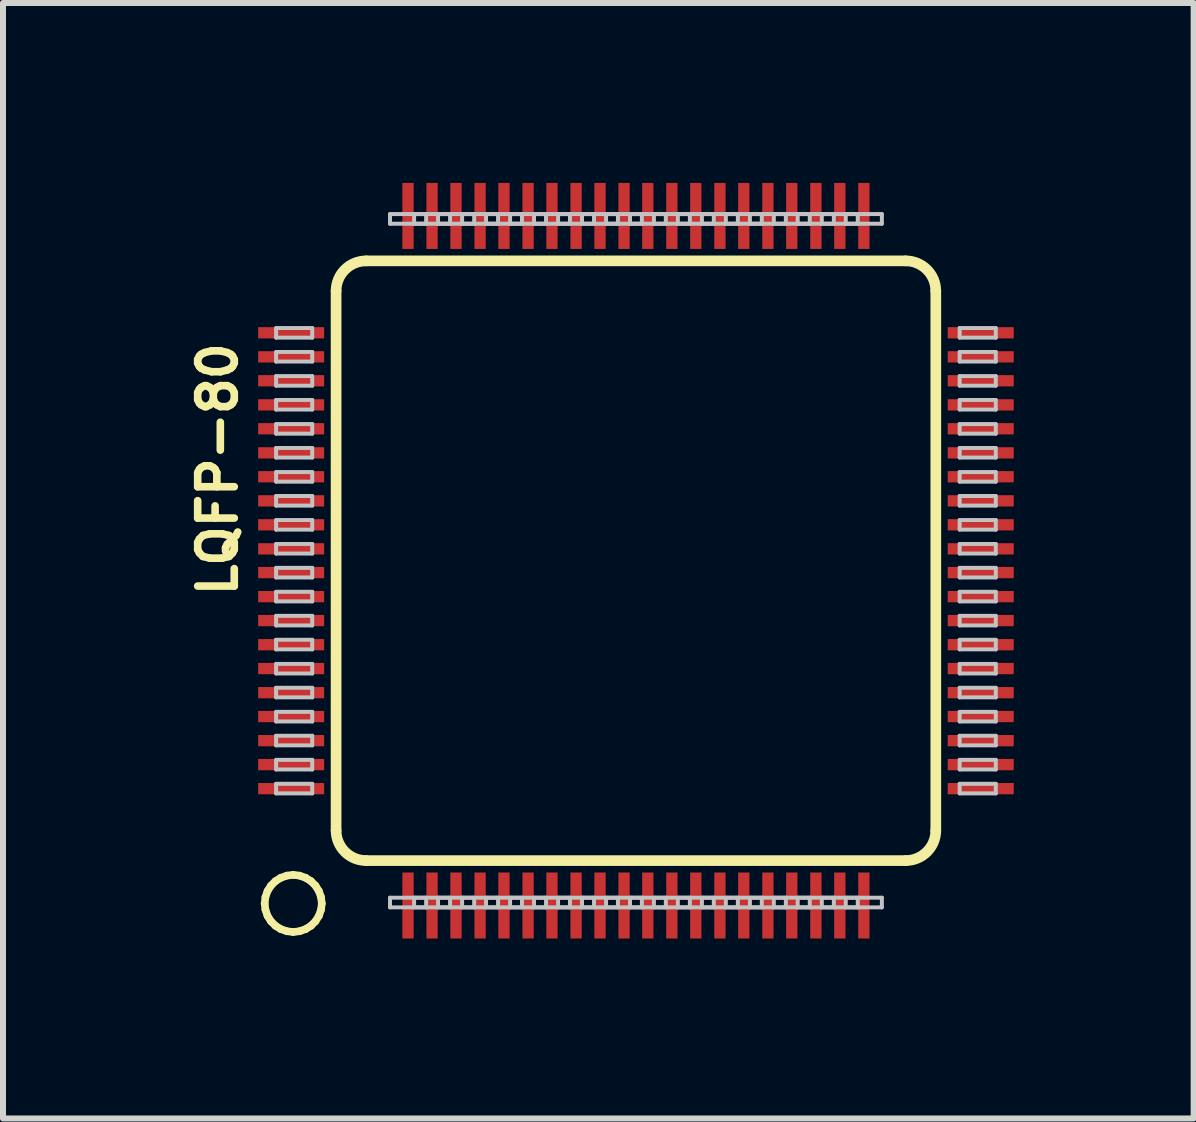
<source format=kicad_pcb>
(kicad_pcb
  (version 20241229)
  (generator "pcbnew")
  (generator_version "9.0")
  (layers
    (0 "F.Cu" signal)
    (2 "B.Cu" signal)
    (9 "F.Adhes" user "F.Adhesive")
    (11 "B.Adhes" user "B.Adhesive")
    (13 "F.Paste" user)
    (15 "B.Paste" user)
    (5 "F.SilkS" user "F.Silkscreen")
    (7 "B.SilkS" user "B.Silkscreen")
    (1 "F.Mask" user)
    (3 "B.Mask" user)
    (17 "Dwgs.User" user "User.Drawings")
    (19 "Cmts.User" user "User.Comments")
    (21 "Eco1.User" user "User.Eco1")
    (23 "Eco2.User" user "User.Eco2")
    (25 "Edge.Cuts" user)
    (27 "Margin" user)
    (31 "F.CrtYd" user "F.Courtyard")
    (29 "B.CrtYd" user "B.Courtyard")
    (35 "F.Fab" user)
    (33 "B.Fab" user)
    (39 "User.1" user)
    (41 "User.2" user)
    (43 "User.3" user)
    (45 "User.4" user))
  (footprint "LQFP-80"
    (layer "F.Cu")
    (at 7.552 6.298)
    (property "Reference" "LQFP-80" (at -6.972 -1.524 90) (layer "F.SilkS") (effects (font (size 0.61 0.61) (thickness 0.127))))
    (attr smd)
    (fp_line (start -6.19 5.715) (end -6.177 5.608) (stroke (width 0.127) (type solid)) (layer "F.SilkS"))
    (fp_line (start -6.177 5.608) (end -6.142 5.507) (stroke (width 0.127) (type solid)) (layer "F.SilkS"))
    (fp_line (start -6.177 5.819) (end -6.19 5.715) (stroke (width 0.127) (type solid)) (layer "F.SilkS"))
    (fp_line (start -6.142 5.507) (end -6.086 5.418) (stroke (width 0.127) (type solid)) (layer "F.SilkS"))
    (fp_line (start -6.142 5.921) (end -6.177 5.819) (stroke (width 0.127) (type solid)) (layer "F.SilkS"))
    (fp_line (start -6.086 5.418) (end -6.01 5.342) (stroke (width 0.127) (type solid)) (layer "F.SilkS"))
    (fp_line (start -6.086 6.01) (end -6.142 5.921) (stroke (width 0.127) (type solid)) (layer "F.SilkS"))
    (fp_line (start -6.01 5.342) (end -5.921 5.286) (stroke (width 0.127) (type solid)) (layer "F.SilkS"))
    (fp_line (start -6.01 6.086) (end -6.086 6.01) (stroke (width 0.127) (type solid)) (layer "F.SilkS"))
    (fp_line (start -5.921 5.286) (end -5.819 5.25) (stroke (width 0.127) (type solid)) (layer "F.SilkS"))
    (fp_line (start -5.921 6.142) (end -6.01 6.086) (stroke (width 0.127) (type solid)) (layer "F.SilkS"))
    (fp_line (start -5.819 5.25) (end -5.715 5.237) (stroke (width 0.127) (type solid)) (layer "F.SilkS"))
    (fp_line (start -5.819 6.177) (end -5.921 6.142) (stroke (width 0.127) (type solid)) (layer "F.SilkS"))
    (fp_line (start -5.715 5.237) (end -5.608 5.25) (stroke (width 0.127) (type solid)) (layer "F.SilkS"))
    (fp_line (start -5.715 6.19) (end -5.819 6.177) (stroke (width 0.127) (type solid)) (layer "F.SilkS"))
    (fp_line (start -5.608 5.25) (end -5.507 5.286) (stroke (width 0.127) (type solid)) (layer "F.SilkS"))
    (fp_line (start -5.608 6.177) (end -5.715 6.19) (stroke (width 0.127) (type solid)) (layer "F.SilkS"))
    (fp_line (start -5.507 5.286) (end -5.418 5.342) (stroke (width 0.127) (type solid)) (layer "F.SilkS"))
    (fp_line (start -5.507 6.142) (end -5.608 6.177) (stroke (width 0.127) (type solid)) (layer "F.SilkS"))
    (fp_line (start -5.418 5.342) (end -5.342 5.418) (stroke (width 0.127) (type solid)) (layer "F.SilkS"))
    (fp_line (start -5.418 6.086) (end -5.507 6.142) (stroke (width 0.127) (type solid)) (layer "F.SilkS"))
    (fp_line (start -5.342 5.418) (end -5.286 5.507) (stroke (width 0.127) (type solid)) (layer "F.SilkS"))
    (fp_line (start -5.342 6.01) (end -5.418 6.086) (stroke (width 0.127) (type solid)) (layer "F.SilkS"))
    (fp_line (start -5.286 5.507) (end -5.25 5.608) (stroke (width 0.127) (type solid)) (layer "F.SilkS"))
    (fp_line (start -5.286 5.921) (end -5.342 6.01) (stroke (width 0.127) (type solid)) (layer "F.SilkS"))
    (fp_line (start -5.25 5.608) (end -5.237 5.715) (stroke (width 0.127) (type solid)) (layer "F.SilkS"))
    (fp_line (start -5.25 5.819) (end -5.286 5.921) (stroke (width 0.127) (type solid)) (layer "F.SilkS"))
    (fp_line (start -5.237 5.715) (end -5.25 5.819) (stroke (width 0.127) (type solid)) (layer "F.SilkS"))
    (fp_line (start -4.999 -4.498) (end -4.999 4.498) (stroke (width 0.178) (type solid)) (layer "F.SilkS"))
    (fp_line (start -4.498 4.999) (end 4.498 4.999) (stroke (width 0.178) (type solid)) (layer "F.SilkS"))
    (fp_line (start 4.498 -4.999) (end -4.498 -4.999) (stroke (width 0.178) (type solid)) (layer "F.SilkS"))
    (fp_line (start 4.999 4.498) (end 4.999 -4.498) (stroke (width 0.178) (type solid)) (layer "F.SilkS"))
    (fp_arc (start -4.99872 -4.49834) (mid -4.852162 -4.852162) (end -4.49834 -4.99872) (stroke (width 0.1778) (type solid)) (layer "F.SilkS"))
    (fp_arc (start -4.49834 4.99872) (mid -4.852162 4.852162) (end -4.99872 4.49834) (stroke (width 0.1778) (type solid)) (layer "F.SilkS"))
    (fp_arc (start 4.49834 -4.99872) (mid 4.852162 -4.852162) (end 4.99872 -4.49834) (stroke (width 0.1778) (type solid)) (layer "F.SilkS"))
    (fp_arc (start 4.99872 4.49834) (mid 4.852162 4.852162) (end 4.49834 4.99872) (stroke (width 0.1778) (type solid)) (layer "F.SilkS"))
    (fp_line (start -5.999 -3.879) (end -5.397 -3.879) (stroke (width 0.066) (type solid)) (layer "Dwgs.User"))
    (fp_line (start -5.999 -3.719) (end -5.999 -3.879) (stroke (width 0.066) (type solid)) (layer "Dwgs.User"))
    (fp_line (start -5.999 -3.719) (end -5.397 -3.719) (stroke (width 0.066) (type solid)) (layer "Dwgs.User"))
    (fp_line (start -5.999 -3.48) (end -5.397 -3.48) (stroke (width 0.066) (type solid)) (layer "Dwgs.User"))
    (fp_line (start -5.999 -3.32) (end -5.999 -3.48) (stroke (width 0.066) (type solid)) (layer "Dwgs.User"))
    (fp_line (start -5.999 -3.32) (end -5.397 -3.32) (stroke (width 0.066) (type solid)) (layer "Dwgs.User"))
    (fp_line (start -5.999 -3.078) (end -5.397 -3.078) (stroke (width 0.066) (type solid)) (layer "Dwgs.User"))
    (fp_line (start -5.999 -2.918) (end -5.999 -3.078) (stroke (width 0.066) (type solid)) (layer "Dwgs.User"))
    (fp_line (start -5.999 -2.918) (end -5.397 -2.918) (stroke (width 0.066) (type solid)) (layer "Dwgs.User"))
    (fp_line (start -5.999 -2.68) (end -5.397 -2.68) (stroke (width 0.066) (type solid)) (layer "Dwgs.User"))
    (fp_line (start -5.999 -2.52) (end -5.999 -2.68) (stroke (width 0.066) (type solid)) (layer "Dwgs.User"))
    (fp_line (start -5.999 -2.52) (end -5.397 -2.52) (stroke (width 0.066) (type solid)) (layer "Dwgs.User"))
    (fp_line (start -5.999 -2.278) (end -5.397 -2.278) (stroke (width 0.066) (type solid)) (layer "Dwgs.User"))
    (fp_line (start -5.999 -2.118) (end -5.999 -2.278) (stroke (width 0.066) (type solid)) (layer "Dwgs.User"))
    (fp_line (start -5.999 -2.118) (end -5.397 -2.118) (stroke (width 0.066) (type solid)) (layer "Dwgs.User"))
    (fp_line (start -5.999 -1.88) (end -5.397 -1.88) (stroke (width 0.066) (type solid)) (layer "Dwgs.User"))
    (fp_line (start -5.999 -1.72) (end -5.999 -1.88) (stroke (width 0.066) (type solid)) (layer "Dwgs.User"))
    (fp_line (start -5.999 -1.72) (end -5.397 -1.72) (stroke (width 0.066) (type solid)) (layer "Dwgs.User"))
    (fp_line (start -5.999 -1.478) (end -5.397 -1.478) (stroke (width 0.066) (type solid)) (layer "Dwgs.User"))
    (fp_line (start -5.999 -1.318) (end -5.999 -1.478) (stroke (width 0.066) (type solid)) (layer "Dwgs.User"))
    (fp_line (start -5.999 -1.318) (end -5.397 -1.318) (stroke (width 0.066) (type solid)) (layer "Dwgs.User"))
    (fp_line (start -5.999 -1.079) (end -5.397 -1.079) (stroke (width 0.066) (type solid)) (layer "Dwgs.User"))
    (fp_line (start -5.999 -0.919) (end -5.999 -1.079) (stroke (width 0.066) (type solid)) (layer "Dwgs.User"))
    (fp_line (start -5.999 -0.919) (end -5.397 -0.919) (stroke (width 0.066) (type solid)) (layer "Dwgs.User"))
    (fp_line (start -5.999 -0.678) (end -5.397 -0.678) (stroke (width 0.066) (type solid)) (layer "Dwgs.User"))
    (fp_line (start -5.999 -0.518) (end -5.999 -0.678) (stroke (width 0.066) (type solid)) (layer "Dwgs.User"))
    (fp_line (start -5.999 -0.518) (end -5.397 -0.518) (stroke (width 0.066) (type solid)) (layer "Dwgs.User"))
    (fp_line (start -5.999 -0.279) (end -5.397 -0.279) (stroke (width 0.066) (type solid)) (layer "Dwgs.User"))
    (fp_line (start -5.999 -0.119) (end -5.999 -0.279) (stroke (width 0.066) (type solid)) (layer "Dwgs.User"))
    (fp_line (start -5.999 -0.119) (end -5.397 -0.119) (stroke (width 0.066) (type solid)) (layer "Dwgs.User"))
    (fp_line (start -5.999 0.119) (end -5.397 0.119) (stroke (width 0.066) (type solid)) (layer "Dwgs.User"))
    (fp_line (start -5.999 0.279) (end -5.999 0.119) (stroke (width 0.066) (type solid)) (layer "Dwgs.User"))
    (fp_line (start -5.999 0.279) (end -5.397 0.279) (stroke (width 0.066) (type solid)) (layer "Dwgs.User"))
    (fp_line (start -5.999 0.518) (end -5.397 0.518) (stroke (width 0.066) (type solid)) (layer "Dwgs.User"))
    (fp_line (start -5.999 0.678) (end -5.999 0.518) (stroke (width 0.066) (type solid)) (layer "Dwgs.User"))
    (fp_line (start -5.999 0.678) (end -5.397 0.678) (stroke (width 0.066) (type solid)) (layer "Dwgs.User"))
    (fp_line (start -5.999 0.919) (end -5.397 0.919) (stroke (width 0.066) (type solid)) (layer "Dwgs.User"))
    (fp_line (start -5.999 1.079) (end -5.999 0.919) (stroke (width 0.066) (type solid)) (layer "Dwgs.User"))
    (fp_line (start -5.999 1.079) (end -5.397 1.079) (stroke (width 0.066) (type solid)) (layer "Dwgs.User"))
    (fp_line (start -5.999 1.318) (end -5.397 1.318) (stroke (width 0.066) (type solid)) (layer "Dwgs.User"))
    (fp_line (start -5.999 1.478) (end -5.999 1.318) (stroke (width 0.066) (type solid)) (layer "Dwgs.User"))
    (fp_line (start -5.999 1.478) (end -5.397 1.478) (stroke (width 0.066) (type solid)) (layer "Dwgs.User"))
    (fp_line (start -5.999 1.72) (end -5.397 1.72) (stroke (width 0.066) (type solid)) (layer "Dwgs.User"))
    (fp_line (start -5.999 1.88) (end -5.999 1.72) (stroke (width 0.066) (type solid)) (layer "Dwgs.User"))
    (fp_line (start -5.999 1.88) (end -5.397 1.88) (stroke (width 0.066) (type solid)) (layer "Dwgs.User"))
    (fp_line (start -5.999 2.118) (end -5.397 2.118) (stroke (width 0.066) (type solid)) (layer "Dwgs.User"))
    (fp_line (start -5.999 2.278) (end -5.999 2.118) (stroke (width 0.066) (type solid)) (layer "Dwgs.User"))
    (fp_line (start -5.999 2.278) (end -5.397 2.278) (stroke (width 0.066) (type solid)) (layer "Dwgs.User"))
    (fp_line (start -5.999 2.52) (end -5.397 2.52) (stroke (width 0.066) (type solid)) (layer "Dwgs.User"))
    (fp_line (start -5.999 2.68) (end -5.999 2.52) (stroke (width 0.066) (type solid)) (layer "Dwgs.User"))
    (fp_line (start -5.999 2.68) (end -5.397 2.68) (stroke (width 0.066) (type solid)) (layer "Dwgs.User"))
    (fp_line (start -5.999 2.918) (end -5.397 2.918) (stroke (width 0.066) (type solid)) (layer "Dwgs.User"))
    (fp_line (start -5.999 3.078) (end -5.999 2.918) (stroke (width 0.066) (type solid)) (layer "Dwgs.User"))
    (fp_line (start -5.999 3.078) (end -5.397 3.078) (stroke (width 0.066) (type solid)) (layer "Dwgs.User"))
    (fp_line (start -5.999 3.32) (end -5.397 3.32) (stroke (width 0.066) (type solid)) (layer "Dwgs.User"))
    (fp_line (start -5.999 3.48) (end -5.999 3.32) (stroke (width 0.066) (type solid)) (layer "Dwgs.User"))
    (fp_line (start -5.999 3.48) (end -5.397 3.48) (stroke (width 0.066) (type solid)) (layer "Dwgs.User"))
    (fp_line (start -5.999 3.719) (end -5.397 3.719) (stroke (width 0.066) (type solid)) (layer "Dwgs.User"))
    (fp_line (start -5.999 3.879) (end -5.999 3.719) (stroke (width 0.066) (type solid)) (layer "Dwgs.User"))
    (fp_line (start -5.999 3.879) (end -5.397 3.879) (stroke (width 0.066) (type solid)) (layer "Dwgs.User"))
    (fp_line (start -5.397 -3.719) (end -5.397 -3.879) (stroke (width 0.066) (type solid)) (layer "Dwgs.User"))
    (fp_line (start -5.397 -3.32) (end -5.397 -3.48) (stroke (width 0.066) (type solid)) (layer "Dwgs.User"))
    (fp_line (start -5.397 -2.918) (end -5.397 -3.078) (stroke (width 0.066) (type solid)) (layer "Dwgs.User"))
    (fp_line (start -5.397 -2.52) (end -5.397 -2.68) (stroke (width 0.066) (type solid)) (layer "Dwgs.User"))
    (fp_line (start -5.397 -2.118) (end -5.397 -2.278) (stroke (width 0.066) (type solid)) (layer "Dwgs.User"))
    (fp_line (start -5.397 -1.72) (end -5.397 -1.88) (stroke (width 0.066) (type solid)) (layer "Dwgs.User"))
    (fp_line (start -5.397 -1.318) (end -5.397 -1.478) (stroke (width 0.066) (type solid)) (layer "Dwgs.User"))
    (fp_line (start -5.397 -0.919) (end -5.397 -1.079) (stroke (width 0.066) (type solid)) (layer "Dwgs.User"))
    (fp_line (start -5.397 -0.518) (end -5.397 -0.678) (stroke (width 0.066) (type solid)) (layer "Dwgs.User"))
    (fp_line (start -5.397 -0.119) (end -5.397 -0.279) (stroke (width 0.066) (type solid)) (layer "Dwgs.User"))
    (fp_line (start -5.397 0.279) (end -5.397 0.119) (stroke (width 0.066) (type solid)) (layer "Dwgs.User"))
    (fp_line (start -5.397 0.678) (end -5.397 0.518) (stroke (width 0.066) (type solid)) (layer "Dwgs.User"))
    (fp_line (start -5.397 1.079) (end -5.397 0.919) (stroke (width 0.066) (type solid)) (layer "Dwgs.User"))
    (fp_line (start -5.397 1.478) (end -5.397 1.318) (stroke (width 0.066) (type solid)) (layer "Dwgs.User"))
    (fp_line (start -5.397 1.88) (end -5.397 1.72) (stroke (width 0.066) (type solid)) (layer "Dwgs.User"))
    (fp_line (start -5.397 2.278) (end -5.397 2.118) (stroke (width 0.066) (type solid)) (layer "Dwgs.User"))
    (fp_line (start -5.397 2.68) (end -5.397 2.52) (stroke (width 0.066) (type solid)) (layer "Dwgs.User"))
    (fp_line (start -5.397 3.078) (end -5.397 2.918) (stroke (width 0.066) (type solid)) (layer "Dwgs.User"))
    (fp_line (start -5.397 3.48) (end -5.397 3.32) (stroke (width 0.066) (type solid)) (layer "Dwgs.User"))
    (fp_line (start -5.397 3.879) (end -5.397 3.719) (stroke (width 0.066) (type solid)) (layer "Dwgs.User"))
    (fp_line (start -4.1 -5.779) (end -3.498 -5.779) (stroke (width 0.066) (type solid)) (layer "Dwgs.User"))
    (fp_line (start -4.1 -5.618) (end -4.1 -5.779) (stroke (width 0.066) (type solid)) (layer "Dwgs.User"))
    (fp_line (start -4.1 -5.618) (end -3.498 -5.618) (stroke (width 0.066) (type solid)) (layer "Dwgs.User"))
    (fp_line (start -4.1 5.618) (end -3.498 5.618) (stroke (width 0.066) (type solid)) (layer "Dwgs.User"))
    (fp_line (start -4.1 5.779) (end -4.1 5.618) (stroke (width 0.066) (type solid)) (layer "Dwgs.User"))
    (fp_line (start -4.1 5.779) (end -3.498 5.779) (stroke (width 0.066) (type solid)) (layer "Dwgs.User"))
    (fp_line (start -3.698 -5.779) (end -3.099 -5.779) (stroke (width 0.066) (type solid)) (layer "Dwgs.User"))
    (fp_line (start -3.698 -5.618) (end -3.698 -5.779) (stroke (width 0.066) (type solid)) (layer "Dwgs.User"))
    (fp_line (start -3.698 -5.618) (end -3.099 -5.618) (stroke (width 0.066) (type solid)) (layer "Dwgs.User"))
    (fp_line (start -3.698 5.618) (end -3.099 5.618) (stroke (width 0.066) (type solid)) (layer "Dwgs.User"))
    (fp_line (start -3.698 5.779) (end -3.698 5.618) (stroke (width 0.066) (type solid)) (layer "Dwgs.User"))
    (fp_line (start -3.698 5.779) (end -3.099 5.779) (stroke (width 0.066) (type solid)) (layer "Dwgs.User"))
    (fp_line (start -3.498 -5.618) (end -3.498 -5.779) (stroke (width 0.066) (type solid)) (layer "Dwgs.User"))
    (fp_line (start -3.498 5.779) (end -3.498 5.618) (stroke (width 0.066) (type solid)) (layer "Dwgs.User"))
    (fp_line (start -3.299 -5.779) (end -2.697 -5.779) (stroke (width 0.066) (type solid)) (layer "Dwgs.User"))
    (fp_line (start -3.299 -5.618) (end -3.299 -5.779) (stroke (width 0.066) (type solid)) (layer "Dwgs.User"))
    (fp_line (start -3.299 -5.618) (end -2.697 -5.618) (stroke (width 0.066) (type solid)) (layer "Dwgs.User"))
    (fp_line (start -3.299 5.618) (end -2.697 5.618) (stroke (width 0.066) (type solid)) (layer "Dwgs.User"))
    (fp_line (start -3.299 5.779) (end -3.299 5.618) (stroke (width 0.066) (type solid)) (layer "Dwgs.User"))
    (fp_line (start -3.299 5.779) (end -2.697 5.779) (stroke (width 0.066) (type solid)) (layer "Dwgs.User"))
    (fp_line (start -3.099 -5.618) (end -3.099 -5.779) (stroke (width 0.066) (type solid)) (layer "Dwgs.User"))
    (fp_line (start -3.099 5.779) (end -3.099 5.618) (stroke (width 0.066) (type solid)) (layer "Dwgs.User"))
    (fp_line (start -2.898 -5.779) (end -2.299 -5.779) (stroke (width 0.066) (type solid)) (layer "Dwgs.User"))
    (fp_line (start -2.898 -5.618) (end -2.898 -5.779) (stroke (width 0.066) (type solid)) (layer "Dwgs.User"))
    (fp_line (start -2.898 -5.618) (end -2.299 -5.618) (stroke (width 0.066) (type solid)) (layer "Dwgs.User"))
    (fp_line (start -2.898 5.618) (end -2.299 5.618) (stroke (width 0.066) (type solid)) (layer "Dwgs.User"))
    (fp_line (start -2.898 5.779) (end -2.898 5.618) (stroke (width 0.066) (type solid)) (layer "Dwgs.User"))
    (fp_line (start -2.898 5.779) (end -2.299 5.779) (stroke (width 0.066) (type solid)) (layer "Dwgs.User"))
    (fp_line (start -2.697 -5.618) (end -2.697 -5.779) (stroke (width 0.066) (type solid)) (layer "Dwgs.User"))
    (fp_line (start -2.697 5.779) (end -2.697 5.618) (stroke (width 0.066) (type solid)) (layer "Dwgs.User"))
    (fp_line (start -2.499 -5.779) (end -1.9 -5.779) (stroke (width 0.066) (type solid)) (layer "Dwgs.User"))
    (fp_line (start -2.499 -5.618) (end -2.499 -5.779) (stroke (width 0.066) (type solid)) (layer "Dwgs.User"))
    (fp_line (start -2.499 -5.618) (end -1.9 -5.618) (stroke (width 0.066) (type solid)) (layer "Dwgs.User"))
    (fp_line (start -2.499 5.618) (end -1.9 5.618) (stroke (width 0.066) (type solid)) (layer "Dwgs.User"))
    (fp_line (start -2.499 5.779) (end -2.499 5.618) (stroke (width 0.066) (type solid)) (layer "Dwgs.User"))
    (fp_line (start -2.499 5.779) (end -1.9 5.779) (stroke (width 0.066) (type solid)) (layer "Dwgs.User"))
    (fp_line (start -2.299 -5.618) (end -2.299 -5.779) (stroke (width 0.066) (type solid)) (layer "Dwgs.User"))
    (fp_line (start -2.299 5.779) (end -2.299 5.618) (stroke (width 0.066) (type solid)) (layer "Dwgs.User"))
    (fp_line (start -2.098 -5.779) (end -1.499 -5.779) (stroke (width 0.066) (type solid)) (layer "Dwgs.User"))
    (fp_line (start -2.098 -5.618) (end -2.098 -5.779) (stroke (width 0.066) (type solid)) (layer "Dwgs.User"))
    (fp_line (start -2.098 -5.618) (end -1.499 -5.618) (stroke (width 0.066) (type solid)) (layer "Dwgs.User"))
    (fp_line (start -2.098 5.618) (end -1.499 5.618) (stroke (width 0.066) (type solid)) (layer "Dwgs.User"))
    (fp_line (start -2.098 5.779) (end -2.098 5.618) (stroke (width 0.066) (type solid)) (layer "Dwgs.User"))
    (fp_line (start -2.098 5.779) (end -1.499 5.779) (stroke (width 0.066) (type solid)) (layer "Dwgs.User"))
    (fp_line (start -1.9 -5.618) (end -1.9 -5.779) (stroke (width 0.066) (type solid)) (layer "Dwgs.User"))
    (fp_line (start -1.9 5.779) (end -1.9 5.618) (stroke (width 0.066) (type solid)) (layer "Dwgs.User"))
    (fp_line (start -1.699 -5.779) (end -1.1 -5.779) (stroke (width 0.066) (type solid)) (layer "Dwgs.User"))
    (fp_line (start -1.699 -5.618) (end -1.699 -5.779) (stroke (width 0.066) (type solid)) (layer "Dwgs.User"))
    (fp_line (start -1.699 -5.618) (end -1.1 -5.618) (stroke (width 0.066) (type solid)) (layer "Dwgs.User"))
    (fp_line (start -1.699 5.618) (end -1.1 5.618) (stroke (width 0.066) (type solid)) (layer "Dwgs.User"))
    (fp_line (start -1.699 5.779) (end -1.699 5.618) (stroke (width 0.066) (type solid)) (layer "Dwgs.User"))
    (fp_line (start -1.699 5.779) (end -1.1 5.779) (stroke (width 0.066) (type solid)) (layer "Dwgs.User"))
    (fp_line (start -1.499 -5.618) (end -1.499 -5.779) (stroke (width 0.066) (type solid)) (layer "Dwgs.User"))
    (fp_line (start -1.499 5.779) (end -1.499 5.618) (stroke (width 0.066) (type solid)) (layer "Dwgs.User"))
    (fp_line (start -1.298 -5.779) (end -0.699 -5.779) (stroke (width 0.066) (type solid)) (layer "Dwgs.User"))
    (fp_line (start -1.298 -5.618) (end -1.298 -5.779) (stroke (width 0.066) (type solid)) (layer "Dwgs.User"))
    (fp_line (start -1.298 -5.618) (end -0.699 -5.618) (stroke (width 0.066) (type solid)) (layer "Dwgs.User"))
    (fp_line (start -1.298 5.618) (end -0.699 5.618) (stroke (width 0.066) (type solid)) (layer "Dwgs.User"))
    (fp_line (start -1.298 5.779) (end -1.298 5.618) (stroke (width 0.066) (type solid)) (layer "Dwgs.User"))
    (fp_line (start -1.298 5.779) (end -0.699 5.779) (stroke (width 0.066) (type solid)) (layer "Dwgs.User"))
    (fp_line (start -1.1 -5.618) (end -1.1 -5.779) (stroke (width 0.066) (type solid)) (layer "Dwgs.User"))
    (fp_line (start -1.1 5.779) (end -1.1 5.618) (stroke (width 0.066) (type solid)) (layer "Dwgs.User"))
    (fp_line (start -0.899 -5.779) (end -0.3 -5.779) (stroke (width 0.066) (type solid)) (layer "Dwgs.User"))
    (fp_line (start -0.899 -5.618) (end -0.899 -5.779) (stroke (width 0.066) (type solid)) (layer "Dwgs.User"))
    (fp_line (start -0.899 -5.618) (end -0.3 -5.618) (stroke (width 0.066) (type solid)) (layer "Dwgs.User"))
    (fp_line (start -0.899 5.618) (end -0.3 5.618) (stroke (width 0.066) (type solid)) (layer "Dwgs.User"))
    (fp_line (start -0.899 5.779) (end -0.899 5.618) (stroke (width 0.066) (type solid)) (layer "Dwgs.User"))
    (fp_line (start -0.899 5.779) (end -0.3 5.779) (stroke (width 0.066) (type solid)) (layer "Dwgs.User"))
    (fp_line (start -0.699 -5.618) (end -0.699 -5.779) (stroke (width 0.066) (type solid)) (layer "Dwgs.User"))
    (fp_line (start -0.699 5.779) (end -0.699 5.618) (stroke (width 0.066) (type solid)) (layer "Dwgs.User"))
    (fp_line (start -0.498 -5.779) (end 0.099 -5.779) (stroke (width 0.066) (type solid)) (layer "Dwgs.User"))
    (fp_line (start -0.498 -5.618) (end -0.498 -5.779) (stroke (width 0.066) (type solid)) (layer "Dwgs.User"))
    (fp_line (start -0.498 -5.618) (end 0.099 -5.618) (stroke (width 0.066) (type solid)) (layer "Dwgs.User"))
    (fp_line (start -0.498 5.618) (end 0.099 5.618) (stroke (width 0.066) (type solid)) (layer "Dwgs.User"))
    (fp_line (start -0.498 5.779) (end -0.498 5.618) (stroke (width 0.066) (type solid)) (layer "Dwgs.User"))
    (fp_line (start -0.498 5.779) (end 0.099 5.779) (stroke (width 0.066) (type solid)) (layer "Dwgs.User"))
    (fp_line (start -0.3 -5.618) (end -0.3 -5.779) (stroke (width 0.066) (type solid)) (layer "Dwgs.User"))
    (fp_line (start -0.3 5.779) (end -0.3 5.618) (stroke (width 0.066) (type solid)) (layer "Dwgs.User"))
    (fp_line (start -0.099 -5.779) (end 0.498 -5.779) (stroke (width 0.066) (type solid)) (layer "Dwgs.User"))
    (fp_line (start -0.099 -5.618) (end -0.099 -5.779) (stroke (width 0.066) (type solid)) (layer "Dwgs.User"))
    (fp_line (start -0.099 -5.618) (end 0.498 -5.618) (stroke (width 0.066) (type solid)) (layer "Dwgs.User"))
    (fp_line (start -0.099 5.618) (end 0.498 5.618) (stroke (width 0.066) (type solid)) (layer "Dwgs.User"))
    (fp_line (start -0.099 5.779) (end -0.099 5.618) (stroke (width 0.066) (type solid)) (layer "Dwgs.User"))
    (fp_line (start -0.099 5.779) (end 0.498 5.779) (stroke (width 0.066) (type solid)) (layer "Dwgs.User"))
    (fp_line (start 0.099 -5.618) (end 0.099 -5.779) (stroke (width 0.066) (type solid)) (layer "Dwgs.User"))
    (fp_line (start 0.099 5.779) (end 0.099 5.618) (stroke (width 0.066) (type solid)) (layer "Dwgs.User"))
    (fp_line (start 0.3 -5.779) (end 0.899 -5.779) (stroke (width 0.066) (type solid)) (layer "Dwgs.User"))
    (fp_line (start 0.3 -5.618) (end 0.3 -5.779) (stroke (width 0.066) (type solid)) (layer "Dwgs.User"))
    (fp_line (start 0.3 -5.618) (end 0.899 -5.618) (stroke (width 0.066) (type solid)) (layer "Dwgs.User"))
    (fp_line (start 0.3 5.618) (end 0.899 5.618) (stroke (width 0.066) (type solid)) (layer "Dwgs.User"))
    (fp_line (start 0.3 5.779) (end 0.3 5.618) (stroke (width 0.066) (type solid)) (layer "Dwgs.User"))
    (fp_line (start 0.3 5.779) (end 0.899 5.779) (stroke (width 0.066) (type solid)) (layer "Dwgs.User"))
    (fp_line (start 0.498 -5.618) (end 0.498 -5.779) (stroke (width 0.066) (type solid)) (layer "Dwgs.User"))
    (fp_line (start 0.498 5.779) (end 0.498 5.618) (stroke (width 0.066) (type solid)) (layer "Dwgs.User"))
    (fp_line (start 0.699 -5.779) (end 1.298 -5.779) (stroke (width 0.066) (type solid)) (layer "Dwgs.User"))
    (fp_line (start 0.699 -5.618) (end 0.699 -5.779) (stroke (width 0.066) (type solid)) (layer "Dwgs.User"))
    (fp_line (start 0.699 -5.618) (end 1.298 -5.618) (stroke (width 0.066) (type solid)) (layer "Dwgs.User"))
    (fp_line (start 0.699 5.618) (end 1.298 5.618) (stroke (width 0.066) (type solid)) (layer "Dwgs.User"))
    (fp_line (start 0.699 5.779) (end 0.699 5.618) (stroke (width 0.066) (type solid)) (layer "Dwgs.User"))
    (fp_line (start 0.699 5.779) (end 1.298 5.779) (stroke (width 0.066) (type solid)) (layer "Dwgs.User"))
    (fp_line (start 0.899 -5.618) (end 0.899 -5.779) (stroke (width 0.066) (type solid)) (layer "Dwgs.User"))
    (fp_line (start 0.899 5.779) (end 0.899 5.618) (stroke (width 0.066) (type solid)) (layer "Dwgs.User"))
    (fp_line (start 1.1 -5.779) (end 1.699 -5.779) (stroke (width 0.066) (type solid)) (layer "Dwgs.User"))
    (fp_line (start 1.1 -5.618) (end 1.1 -5.779) (stroke (width 0.066) (type solid)) (layer "Dwgs.User"))
    (fp_line (start 1.1 -5.618) (end 1.699 -5.618) (stroke (width 0.066) (type solid)) (layer "Dwgs.User"))
    (fp_line (start 1.1 5.618) (end 1.699 5.618) (stroke (width 0.066) (type solid)) (layer "Dwgs.User"))
    (fp_line (start 1.1 5.779) (end 1.1 5.618) (stroke (width 0.066) (type solid)) (layer "Dwgs.User"))
    (fp_line (start 1.1 5.779) (end 1.699 5.779) (stroke (width 0.066) (type solid)) (layer "Dwgs.User"))
    (fp_line (start 1.298 -5.618) (end 1.298 -5.779) (stroke (width 0.066) (type solid)) (layer "Dwgs.User"))
    (fp_line (start 1.298 5.779) (end 1.298 5.618) (stroke (width 0.066) (type solid)) (layer "Dwgs.User"))
    (fp_line (start 1.499 -5.779) (end 2.098 -5.779) (stroke (width 0.066) (type solid)) (layer "Dwgs.User"))
    (fp_line (start 1.499 -5.618) (end 1.499 -5.779) (stroke (width 0.066) (type solid)) (layer "Dwgs.User"))
    (fp_line (start 1.499 -5.618) (end 2.098 -5.618) (stroke (width 0.066) (type solid)) (layer "Dwgs.User"))
    (fp_line (start 1.499 5.618) (end 2.098 5.618) (stroke (width 0.066) (type solid)) (layer "Dwgs.User"))
    (fp_line (start 1.499 5.779) (end 1.499 5.618) (stroke (width 0.066) (type solid)) (layer "Dwgs.User"))
    (fp_line (start 1.499 5.779) (end 2.098 5.779) (stroke (width 0.066) (type solid)) (layer "Dwgs.User"))
    (fp_line (start 1.699 -5.618) (end 1.699 -5.779) (stroke (width 0.066) (type solid)) (layer "Dwgs.User"))
    (fp_line (start 1.699 5.779) (end 1.699 5.618) (stroke (width 0.066) (type solid)) (layer "Dwgs.User"))
    (fp_line (start 1.9 -5.779) (end 2.499 -5.779) (stroke (width 0.066) (type solid)) (layer "Dwgs.User"))
    (fp_line (start 1.9 -5.618) (end 1.9 -5.779) (stroke (width 0.066) (type solid)) (layer "Dwgs.User"))
    (fp_line (start 1.9 -5.618) (end 2.499 -5.618) (stroke (width 0.066) (type solid)) (layer "Dwgs.User"))
    (fp_line (start 1.9 5.618) (end 2.499 5.618) (stroke (width 0.066) (type solid)) (layer "Dwgs.User"))
    (fp_line (start 1.9 5.779) (end 1.9 5.618) (stroke (width 0.066) (type solid)) (layer "Dwgs.User"))
    (fp_line (start 1.9 5.779) (end 2.499 5.779) (stroke (width 0.066) (type solid)) (layer "Dwgs.User"))
    (fp_line (start 2.098 -5.618) (end 2.098 -5.779) (stroke (width 0.066) (type solid)) (layer "Dwgs.User"))
    (fp_line (start 2.098 5.779) (end 2.098 5.618) (stroke (width 0.066) (type solid)) (layer "Dwgs.User"))
    (fp_line (start 2.299 -5.779) (end 2.898 -5.779) (stroke (width 0.066) (type solid)) (layer "Dwgs.User"))
    (fp_line (start 2.299 -5.618) (end 2.299 -5.779) (stroke (width 0.066) (type solid)) (layer "Dwgs.User"))
    (fp_line (start 2.299 -5.618) (end 2.898 -5.618) (stroke (width 0.066) (type solid)) (layer "Dwgs.User"))
    (fp_line (start 2.299 5.618) (end 2.898 5.618) (stroke (width 0.066) (type solid)) (layer "Dwgs.User"))
    (fp_line (start 2.299 5.779) (end 2.299 5.618) (stroke (width 0.066) (type solid)) (layer "Dwgs.User"))
    (fp_line (start 2.299 5.779) (end 2.898 5.779) (stroke (width 0.066) (type solid)) (layer "Dwgs.User"))
    (fp_line (start 2.499 -5.618) (end 2.499 -5.779) (stroke (width 0.066) (type solid)) (layer "Dwgs.User"))
    (fp_line (start 2.499 5.779) (end 2.499 5.618) (stroke (width 0.066) (type solid)) (layer "Dwgs.User"))
    (fp_line (start 2.697 -5.779) (end 3.299 -5.779) (stroke (width 0.066) (type solid)) (layer "Dwgs.User"))
    (fp_line (start 2.697 -5.618) (end 2.697 -5.779) (stroke (width 0.066) (type solid)) (layer "Dwgs.User"))
    (fp_line (start 2.697 -5.618) (end 3.299 -5.618) (stroke (width 0.066) (type solid)) (layer "Dwgs.User"))
    (fp_line (start 2.697 5.618) (end 3.299 5.618) (stroke (width 0.066) (type solid)) (layer "Dwgs.User"))
    (fp_line (start 2.697 5.779) (end 2.697 5.618) (stroke (width 0.066) (type solid)) (layer "Dwgs.User"))
    (fp_line (start 2.697 5.779) (end 3.299 5.779) (stroke (width 0.066) (type solid)) (layer "Dwgs.User"))
    (fp_line (start 2.898 -5.618) (end 2.898 -5.779) (stroke (width 0.066) (type solid)) (layer "Dwgs.User"))
    (fp_line (start 2.898 5.779) (end 2.898 5.618) (stroke (width 0.066) (type solid)) (layer "Dwgs.User"))
    (fp_line (start 3.099 -5.779) (end 3.698 -5.779) (stroke (width 0.066) (type solid)) (layer "Dwgs.User"))
    (fp_line (start 3.099 -5.618) (end 3.099 -5.779) (stroke (width 0.066) (type solid)) (layer "Dwgs.User"))
    (fp_line (start 3.099 -5.618) (end 3.698 -5.618) (stroke (width 0.066) (type solid)) (layer "Dwgs.User"))
    (fp_line (start 3.099 5.618) (end 3.698 5.618) (stroke (width 0.066) (type solid)) (layer "Dwgs.User"))
    (fp_line (start 3.099 5.779) (end 3.099 5.618) (stroke (width 0.066) (type solid)) (layer "Dwgs.User"))
    (fp_line (start 3.099 5.779) (end 3.698 5.779) (stroke (width 0.066) (type solid)) (layer "Dwgs.User"))
    (fp_line (start 3.299 -5.618) (end 3.299 -5.779) (stroke (width 0.066) (type solid)) (layer "Dwgs.User"))
    (fp_line (start 3.299 5.779) (end 3.299 5.618) (stroke (width 0.066) (type solid)) (layer "Dwgs.User"))
    (fp_line (start 3.498 -5.779) (end 4.1 -5.779) (stroke (width 0.066) (type solid)) (layer "Dwgs.User"))
    (fp_line (start 3.498 -5.618) (end 3.498 -5.779) (stroke (width 0.066) (type solid)) (layer "Dwgs.User"))
    (fp_line (start 3.498 -5.618) (end 4.1 -5.618) (stroke (width 0.066) (type solid)) (layer "Dwgs.User"))
    (fp_line (start 3.498 5.618) (end 4.1 5.618) (stroke (width 0.066) (type solid)) (layer "Dwgs.User"))
    (fp_line (start 3.498 5.779) (end 3.498 5.618) (stroke (width 0.066) (type solid)) (layer "Dwgs.User"))
    (fp_line (start 3.498 5.779) (end 4.1 5.779) (stroke (width 0.066) (type solid)) (layer "Dwgs.User"))
    (fp_line (start 3.698 -5.618) (end 3.698 -5.779) (stroke (width 0.066) (type solid)) (layer "Dwgs.User"))
    (fp_line (start 3.698 5.779) (end 3.698 5.618) (stroke (width 0.066) (type solid)) (layer "Dwgs.User"))
    (fp_line (start 4.1 -5.618) (end 4.1 -5.779) (stroke (width 0.066) (type solid)) (layer "Dwgs.User"))
    (fp_line (start 4.1 5.779) (end 4.1 5.618) (stroke (width 0.066) (type solid)) (layer "Dwgs.User"))
    (fp_line (start 5.397 -3.879) (end 5.999 -3.879) (stroke (width 0.066) (type solid)) (layer "Dwgs.User"))
    (fp_line (start 5.397 -3.719) (end 5.397 -3.879) (stroke (width 0.066) (type solid)) (layer "Dwgs.User"))
    (fp_line (start 5.397 -3.719) (end 5.999 -3.719) (stroke (width 0.066) (type solid)) (layer "Dwgs.User"))
    (fp_line (start 5.397 -3.48) (end 5.999 -3.48) (stroke (width 0.066) (type solid)) (layer "Dwgs.User"))
    (fp_line (start 5.397 -3.32) (end 5.397 -3.48) (stroke (width 0.066) (type solid)) (layer "Dwgs.User"))
    (fp_line (start 5.397 -3.32) (end 5.999 -3.32) (stroke (width 0.066) (type solid)) (layer "Dwgs.User"))
    (fp_line (start 5.397 -3.078) (end 5.999 -3.078) (stroke (width 0.066) (type solid)) (layer "Dwgs.User"))
    (fp_line (start 5.397 -2.918) (end 5.397 -3.078) (stroke (width 0.066) (type solid)) (layer "Dwgs.User"))
    (fp_line (start 5.397 -2.918) (end 5.999 -2.918) (stroke (width 0.066) (type solid)) (layer "Dwgs.User"))
    (fp_line (start 5.397 -2.68) (end 5.999 -2.68) (stroke (width 0.066) (type solid)) (layer "Dwgs.User"))
    (fp_line (start 5.397 -2.52) (end 5.397 -2.68) (stroke (width 0.066) (type solid)) (layer "Dwgs.User"))
    (fp_line (start 5.397 -2.52) (end 5.999 -2.52) (stroke (width 0.066) (type solid)) (layer "Dwgs.User"))
    (fp_line (start 5.397 -2.278) (end 5.999 -2.278) (stroke (width 0.066) (type solid)) (layer "Dwgs.User"))
    (fp_line (start 5.397 -2.118) (end 5.397 -2.278) (stroke (width 0.066) (type solid)) (layer "Dwgs.User"))
    (fp_line (start 5.397 -2.118) (end 5.999 -2.118) (stroke (width 0.066) (type solid)) (layer "Dwgs.User"))
    (fp_line (start 5.397 -1.88) (end 5.999 -1.88) (stroke (width 0.066) (type solid)) (layer "Dwgs.User"))
    (fp_line (start 5.397 -1.72) (end 5.397 -1.88) (stroke (width 0.066) (type solid)) (layer "Dwgs.User"))
    (fp_line (start 5.397 -1.72) (end 5.999 -1.72) (stroke (width 0.066) (type solid)) (layer "Dwgs.User"))
    (fp_line (start 5.397 -1.478) (end 5.999 -1.478) (stroke (width 0.066) (type solid)) (layer "Dwgs.User"))
    (fp_line (start 5.397 -1.318) (end 5.397 -1.478) (stroke (width 0.066) (type solid)) (layer "Dwgs.User"))
    (fp_line (start 5.397 -1.318) (end 5.999 -1.318) (stroke (width 0.066) (type solid)) (layer "Dwgs.User"))
    (fp_line (start 5.397 -1.079) (end 5.999 -1.079) (stroke (width 0.066) (type solid)) (layer "Dwgs.User"))
    (fp_line (start 5.397 -0.919) (end 5.397 -1.079) (stroke (width 0.066) (type solid)) (layer "Dwgs.User"))
    (fp_line (start 5.397 -0.919) (end 5.999 -0.919) (stroke (width 0.066) (type solid)) (layer "Dwgs.User"))
    (fp_line (start 5.397 -0.678) (end 5.999 -0.678) (stroke (width 0.066) (type solid)) (layer "Dwgs.User"))
    (fp_line (start 5.397 -0.518) (end 5.397 -0.678) (stroke (width 0.066) (type solid)) (layer "Dwgs.User"))
    (fp_line (start 5.397 -0.518) (end 5.999 -0.518) (stroke (width 0.066) (type solid)) (layer "Dwgs.User"))
    (fp_line (start 5.397 -0.279) (end 5.999 -0.279) (stroke (width 0.066) (type solid)) (layer "Dwgs.User"))
    (fp_line (start 5.397 -0.119) (end 5.397 -0.279) (stroke (width 0.066) (type solid)) (layer "Dwgs.User"))
    (fp_line (start 5.397 -0.119) (end 5.999 -0.119) (stroke (width 0.066) (type solid)) (layer "Dwgs.User"))
    (fp_line (start 5.397 0.119) (end 5.999 0.119) (stroke (width 0.066) (type solid)) (layer "Dwgs.User"))
    (fp_line (start 5.397 0.279) (end 5.397 0.119) (stroke (width 0.066) (type solid)) (layer "Dwgs.User"))
    (fp_line (start 5.397 0.279) (end 5.999 0.279) (stroke (width 0.066) (type solid)) (layer "Dwgs.User"))
    (fp_line (start 5.397 0.518) (end 5.999 0.518) (stroke (width 0.066) (type solid)) (layer "Dwgs.User"))
    (fp_line (start 5.397 0.678) (end 5.397 0.518) (stroke (width 0.066) (type solid)) (layer "Dwgs.User"))
    (fp_line (start 5.397 0.678) (end 5.999 0.678) (stroke (width 0.066) (type solid)) (layer "Dwgs.User"))
    (fp_line (start 5.397 0.919) (end 5.999 0.919) (stroke (width 0.066) (type solid)) (layer "Dwgs.User"))
    (fp_line (start 5.397 1.079) (end 5.397 0.919) (stroke (width 0.066) (type solid)) (layer "Dwgs.User"))
    (fp_line (start 5.397 1.079) (end 5.999 1.079) (stroke (width 0.066) (type solid)) (layer "Dwgs.User"))
    (fp_line (start 5.397 1.318) (end 5.999 1.318) (stroke (width 0.066) (type solid)) (layer "Dwgs.User"))
    (fp_line (start 5.397 1.478) (end 5.397 1.318) (stroke (width 0.066) (type solid)) (layer "Dwgs.User"))
    (fp_line (start 5.397 1.478) (end 5.999 1.478) (stroke (width 0.066) (type solid)) (layer "Dwgs.User"))
    (fp_line (start 5.397 1.72) (end 5.999 1.72) (stroke (width 0.066) (type solid)) (layer "Dwgs.User"))
    (fp_line (start 5.397 1.88) (end 5.397 1.72) (stroke (width 0.066) (type solid)) (layer "Dwgs.User"))
    (fp_line (start 5.397 1.88) (end 5.999 1.88) (stroke (width 0.066) (type solid)) (layer "Dwgs.User"))
    (fp_line (start 5.397 2.118) (end 5.999 2.118) (stroke (width 0.066) (type solid)) (layer "Dwgs.User"))
    (fp_line (start 5.397 2.278) (end 5.397 2.118) (stroke (width 0.066) (type solid)) (layer "Dwgs.User"))
    (fp_line (start 5.397 2.278) (end 5.999 2.278) (stroke (width 0.066) (type solid)) (layer "Dwgs.User"))
    (fp_line (start 5.397 2.52) (end 5.999 2.52) (stroke (width 0.066) (type solid)) (layer "Dwgs.User"))
    (fp_line (start 5.397 2.68) (end 5.397 2.52) (stroke (width 0.066) (type solid)) (layer "Dwgs.User"))
    (fp_line (start 5.397 2.68) (end 5.999 2.68) (stroke (width 0.066) (type solid)) (layer "Dwgs.User"))
    (fp_line (start 5.397 2.918) (end 5.999 2.918) (stroke (width 0.066) (type solid)) (layer "Dwgs.User"))
    (fp_line (start 5.397 3.078) (end 5.397 2.918) (stroke (width 0.066) (type solid)) (layer "Dwgs.User"))
    (fp_line (start 5.397 3.078) (end 5.999 3.078) (stroke (width 0.066) (type solid)) (layer "Dwgs.User"))
    (fp_line (start 5.397 3.32) (end 5.999 3.32) (stroke (width 0.066) (type solid)) (layer "Dwgs.User"))
    (fp_line (start 5.397 3.48) (end 5.397 3.32) (stroke (width 0.066) (type solid)) (layer "Dwgs.User"))
    (fp_line (start 5.397 3.48) (end 5.999 3.48) (stroke (width 0.066) (type solid)) (layer "Dwgs.User"))
    (fp_line (start 5.397 3.719) (end 5.999 3.719) (stroke (width 0.066) (type solid)) (layer "Dwgs.User"))
    (fp_line (start 5.397 3.879) (end 5.397 3.719) (stroke (width 0.066) (type solid)) (layer "Dwgs.User"))
    (fp_line (start 5.397 3.879) (end 5.999 3.879) (stroke (width 0.066) (type solid)) (layer "Dwgs.User"))
    (fp_line (start 5.999 -3.719) (end 5.999 -3.879) (stroke (width 0.066) (type solid)) (layer "Dwgs.User"))
    (fp_line (start 5.999 -3.32) (end 5.999 -3.48) (stroke (width 0.066) (type solid)) (layer "Dwgs.User"))
    (fp_line (start 5.999 -2.918) (end 5.999 -3.078) (stroke (width 0.066) (type solid)) (layer "Dwgs.User"))
    (fp_line (start 5.999 -2.52) (end 5.999 -2.68) (stroke (width 0.066) (type solid)) (layer "Dwgs.User"))
    (fp_line (start 5.999 -2.118) (end 5.999 -2.278) (stroke (width 0.066) (type solid)) (layer "Dwgs.User"))
    (fp_line (start 5.999 -1.72) (end 5.999 -1.88) (stroke (width 0.066) (type solid)) (layer "Dwgs.User"))
    (fp_line (start 5.999 -1.318) (end 5.999 -1.478) (stroke (width 0.066) (type solid)) (layer "Dwgs.User"))
    (fp_line (start 5.999 -0.919) (end 5.999 -1.079) (stroke (width 0.066) (type solid)) (layer "Dwgs.User"))
    (fp_line (start 5.999 -0.518) (end 5.999 -0.678) (stroke (width 0.066) (type solid)) (layer "Dwgs.User"))
    (fp_line (start 5.999 -0.119) (end 5.999 -0.279) (stroke (width 0.066) (type solid)) (layer "Dwgs.User"))
    (fp_line (start 5.999 0.279) (end 5.999 0.119) (stroke (width 0.066) (type solid)) (layer "Dwgs.User"))
    (fp_line (start 5.999 0.678) (end 5.999 0.518) (stroke (width 0.066) (type solid)) (layer "Dwgs.User"))
    (fp_line (start 5.999 1.079) (end 5.999 0.919) (stroke (width 0.066) (type solid)) (layer "Dwgs.User"))
    (fp_line (start 5.999 1.478) (end 5.999 1.318) (stroke (width 0.066) (type solid)) (layer "Dwgs.User"))
    (fp_line (start 5.999 1.88) (end 5.999 1.72) (stroke (width 0.066) (type solid)) (layer "Dwgs.User"))
    (fp_line (start 5.999 2.278) (end 5.999 2.118) (stroke (width 0.066) (type solid)) (layer "Dwgs.User"))
    (fp_line (start 5.999 2.68) (end 5.999 2.52) (stroke (width 0.066) (type solid)) (layer "Dwgs.User"))
    (fp_line (start 5.999 3.078) (end 5.999 2.918) (stroke (width 0.066) (type solid)) (layer "Dwgs.User"))
    (fp_line (start 5.999 3.48) (end 5.999 3.32) (stroke (width 0.066) (type solid)) (layer "Dwgs.User"))
    (fp_line (start 5.999 3.879) (end 5.999 3.719) (stroke (width 0.066) (type solid)) (layer "Dwgs.User"))
    (pad "1" smd rect (at -3.8 5.748 90) (size 1.1 0.188) (layers "F.Cu" "F.Mask" "F.Paste"))
    (pad "2" smd rect (at -3.399 5.748 90) (size 1.1 0.188) (layers "F.Cu" "F.Mask" "F.Paste"))
    (pad "3" smd rect (at -3 5.748 90) (size 1.1 0.188) (layers "F.Cu" "F.Mask" "F.Paste"))
    (pad "4" smd rect (at -2.598 5.748 90) (size 1.1 0.188) (layers "F.Cu" "F.Mask" "F.Paste"))
    (pad "5" smd rect (at -2.2 5.748 90) (size 1.1 0.188) (layers "F.Cu" "F.Mask" "F.Paste"))
    (pad "6" smd rect (at -1.798 5.748 90) (size 1.1 0.188) (layers "F.Cu" "F.Mask" "F.Paste"))
    (pad "7" smd rect (at -1.4 5.748 90) (size 1.1 0.188) (layers "F.Cu" "F.Mask" "F.Paste"))
    (pad "8" smd rect (at -0.998 5.748 90) (size 1.1 0.188) (layers "F.Cu" "F.Mask" "F.Paste"))
    (pad "9" smd rect (at -0.599 5.748 90) (size 1.1 0.188) (layers "F.Cu" "F.Mask" "F.Paste"))
    (pad "10" smd rect (at -0.198 5.748 90) (size 1.1 0.188) (layers "F.Cu" "F.Mask" "F.Paste"))
    (pad "11" smd rect (at 0.198 5.748 90) (size 1.1 0.188) (layers "F.Cu" "F.Mask" "F.Paste"))
    (pad "12" smd rect (at 0.599 5.748 90) (size 1.1 0.188) (layers "F.Cu" "F.Mask" "F.Paste"))
    (pad "13" smd rect (at 0.998 5.748 90) (size 1.1 0.188) (layers "F.Cu" "F.Mask" "F.Paste"))
    (pad "14" smd rect (at 1.4 5.748 90) (size 1.1 0.188) (layers "F.Cu" "F.Mask" "F.Paste"))
    (pad "15" smd rect (at 1.798 5.748 90) (size 1.1 0.188) (layers "F.Cu" "F.Mask" "F.Paste"))
    (pad "16" smd rect (at 2.2 5.748 90) (size 1.1 0.188) (layers "F.Cu" "F.Mask" "F.Paste"))
    (pad "17" smd rect (at 2.598 5.748 90) (size 1.1 0.188) (layers "F.Cu" "F.Mask" "F.Paste"))
    (pad "18" smd rect (at 3 5.748 90) (size 1.1 0.188) (layers "F.Cu" "F.Mask" "F.Paste"))
    (pad "19" smd rect (at 3.399 5.748 90) (size 1.1 0.188) (layers "F.Cu" "F.Mask" "F.Paste"))
    (pad "20" smd rect (at 3.8 5.748 90) (size 1.1 0.188) (layers "F.Cu" "F.Mask" "F.Paste"))
    (pad "21" smd rect (at 5.748 3.8 180) (size 1.1 0.188) (layers "F.Cu" "F.Mask" "F.Paste"))
    (pad "22" smd rect (at 5.748 3.399 180) (size 1.1 0.188) (layers "F.Cu" "F.Mask" "F.Paste"))
    (pad "23" smd rect (at 5.748 3 180) (size 1.1 0.188) (layers "F.Cu" "F.Mask" "F.Paste"))
    (pad "24" smd rect (at 5.748 2.598 180) (size 1.1 0.188) (layers "F.Cu" "F.Mask" "F.Paste"))
    (pad "25" smd rect (at 5.748 2.2 180) (size 1.1 0.188) (layers "F.Cu" "F.Mask" "F.Paste"))
    (pad "26" smd rect (at 5.748 1.798 180) (size 1.1 0.188) (layers "F.Cu" "F.Mask" "F.Paste"))
    (pad "27" smd rect (at 5.748 1.4 180) (size 1.1 0.188) (layers "F.Cu" "F.Mask" "F.Paste"))
    (pad "28" smd rect (at 5.748 0.998 180) (size 1.1 0.188) (layers "F.Cu" "F.Mask" "F.Paste"))
    (pad "29" smd rect (at 5.748 0.599 180) (size 1.1 0.188) (layers "F.Cu" "F.Mask" "F.Paste"))
    (pad "30" smd rect (at 5.748 0.198 180) (size 1.1 0.188) (layers "F.Cu" "F.Mask" "F.Paste"))
    (pad "31" smd rect (at 5.748 -0.198 180) (size 1.1 0.188) (layers "F.Cu" "F.Mask" "F.Paste"))
    (pad "32" smd rect (at 5.748 -0.599 180) (size 1.1 0.188) (layers "F.Cu" "F.Mask" "F.Paste"))
    (pad "33" smd rect (at 5.748 -0.998 180) (size 1.1 0.188) (layers "F.Cu" "F.Mask" "F.Paste"))
    (pad "34" smd rect (at 5.748 -1.4 180) (size 1.1 0.188) (layers "F.Cu" "F.Mask" "F.Paste"))
    (pad "35" smd rect (at 5.748 -1.798 180) (size 1.1 0.188) (layers "F.Cu" "F.Mask" "F.Paste"))
    (pad "36" smd rect (at 5.748 -2.2 180) (size 1.1 0.188) (layers "F.Cu" "F.Mask" "F.Paste"))
    (pad "37" smd rect (at 5.748 -2.598 180) (size 1.1 0.188) (layers "F.Cu" "F.Mask" "F.Paste"))
    (pad "38" smd rect (at 5.748 -3 180) (size 1.1 0.188) (layers "F.Cu" "F.Mask" "F.Paste"))
    (pad "39" smd rect (at 5.748 -3.399 180) (size 1.1 0.188) (layers "F.Cu" "F.Mask" "F.Paste"))
    (pad "40" smd rect (at 5.748 -3.8 180) (size 1.1 0.188) (layers "F.Cu" "F.Mask" "F.Paste"))
    (pad "41" smd rect (at 3.8 -5.748 270) (size 1.1 0.188) (layers "F.Cu" "F.Mask" "F.Paste"))
    (pad "42" smd rect (at 3.399 -5.748 270) (size 1.1 0.188) (layers "F.Cu" "F.Mask" "F.Paste"))
    (pad "43" smd rect (at 3 -5.748 270) (size 1.1 0.188) (layers "F.Cu" "F.Mask" "F.Paste"))
    (pad "44" smd rect (at 2.598 -5.748 270) (size 1.1 0.188) (layers "F.Cu" "F.Mask" "F.Paste"))
    (pad "45" smd rect (at 2.2 -5.748 270) (size 1.1 0.188) (layers "F.Cu" "F.Mask" "F.Paste"))
    (pad "46" smd rect (at 1.798 -5.748 270) (size 1.1 0.188) (layers "F.Cu" "F.Mask" "F.Paste"))
    (pad "47" smd rect (at 1.4 -5.748 270) (size 1.1 0.188) (layers "F.Cu" "F.Mask" "F.Paste"))
    (pad "48" smd rect (at 0.998 -5.748 270) (size 1.1 0.188) (layers "F.Cu" "F.Mask" "F.Paste"))
    (pad "49" smd rect (at 0.599 -5.748 270) (size 1.1 0.188) (layers "F.Cu" "F.Mask" "F.Paste"))
    (pad "50" smd rect (at 0.198 -5.748 270) (size 1.1 0.188) (layers "F.Cu" "F.Mask" "F.Paste"))
    (pad "51" smd rect (at -0.198 -5.748 270) (size 1.1 0.188) (layers "F.Cu" "F.Mask" "F.Paste"))
    (pad "52" smd rect (at -0.599 -5.748 270) (size 1.1 0.188) (layers "F.Cu" "F.Mask" "F.Paste"))
    (pad "53" smd rect (at -0.998 -5.748 270) (size 1.1 0.188) (layers "F.Cu" "F.Mask" "F.Paste"))
    (pad "54" smd rect (at -1.4 -5.748 270) (size 1.1 0.188) (layers "F.Cu" "F.Mask" "F.Paste"))
    (pad "55" smd rect (at -1.798 -5.748 270) (size 1.1 0.188) (layers "F.Cu" "F.Mask" "F.Paste"))
    (pad "56" smd rect (at -2.2 -5.748 270) (size 1.1 0.188) (layers "F.Cu" "F.Mask" "F.Paste"))
    (pad "57" smd rect (at -2.598 -5.748 270) (size 1.1 0.188) (layers "F.Cu" "F.Mask" "F.Paste"))
    (pad "58" smd rect (at -3 -5.748 270) (size 1.1 0.188) (layers "F.Cu" "F.Mask" "F.Paste"))
    (pad "59" smd rect (at -3.399 -5.748 270) (size 1.1 0.188) (layers "F.Cu" "F.Mask" "F.Paste"))
    (pad "60" smd rect (at -3.8 -5.748 270) (size 1.1 0.188) (layers "F.Cu" "F.Mask" "F.Paste"))
    (pad "61" smd rect (at -5.748 -3.8) (size 1.1 0.188) (layers "F.Cu" "F.Mask" "F.Paste"))
    (pad "62" smd rect (at -5.748 -3.399) (size 1.1 0.188) (layers "F.Cu" "F.Mask" "F.Paste"))
    (pad "63" smd rect (at -5.748 -3) (size 1.1 0.188) (layers "F.Cu" "F.Mask" "F.Paste"))
    (pad "64" smd rect (at -5.748 -2.598) (size 1.1 0.188) (layers "F.Cu" "F.Mask" "F.Paste"))
    (pad "65" smd rect (at -5.748 -2.2) (size 1.1 0.188) (layers "F.Cu" "F.Mask" "F.Paste"))
    (pad "66" smd rect (at -5.748 -1.798) (size 1.1 0.188) (layers "F.Cu" "F.Mask" "F.Paste"))
    (pad "67" smd rect (at -5.748 -1.4) (size 1.1 0.188) (layers "F.Cu" "F.Mask" "F.Paste"))
    (pad "68" smd rect (at -5.748 -0.998) (size 1.1 0.188) (layers "F.Cu" "F.Mask" "F.Paste"))
    (pad "69" smd rect (at -5.748 -0.599) (size 1.1 0.188) (layers "F.Cu" "F.Mask" "F.Paste"))
    (pad "70" smd rect (at -5.748 -0.198) (size 1.1 0.188) (layers "F.Cu" "F.Mask" "F.Paste"))
    (pad "71" smd rect (at -5.748 0.198) (size 1.1 0.188) (layers "F.Cu" "F.Mask" "F.Paste"))
    (pad "72" smd rect (at -5.748 0.599) (size 1.1 0.188) (layers "F.Cu" "F.Mask" "F.Paste"))
    (pad "73" smd rect (at -5.748 0.998) (size 1.1 0.188) (layers "F.Cu" "F.Mask" "F.Paste"))
    (pad "74" smd rect (at -5.748 1.4) (size 1.1 0.188) (layers "F.Cu" "F.Mask" "F.Paste"))
    (pad "75" smd rect (at -5.748 1.798) (size 1.1 0.188) (layers "F.Cu" "F.Mask" "F.Paste"))
    (pad "76" smd rect (at -5.748 2.2) (size 1.1 0.188) (layers "F.Cu" "F.Mask" "F.Paste"))
    (pad "77" smd rect (at -5.748 2.598) (size 1.1 0.188) (layers "F.Cu" "F.Mask" "F.Paste"))
    (pad "78" smd rect (at -5.748 3) (size 1.1 0.188) (layers "F.Cu" "F.Mask" "F.Paste"))
    (pad "79" smd rect (at -5.748 3.399) (size 1.1 0.188) (layers "F.Cu" "F.Mask" "F.Paste"))
    (pad "80" smd rect (at -5.748 3.8) (size 1.1 0.188) (layers "F.Cu" "F.Mask" "F.Paste")))
  (gr_rect
    (start -3 -3)
    (end 16.85 15.596)
    (stroke (width 0.1) (type default))
    (fill no)
    (layer "Edge.Cuts")))
</source>
